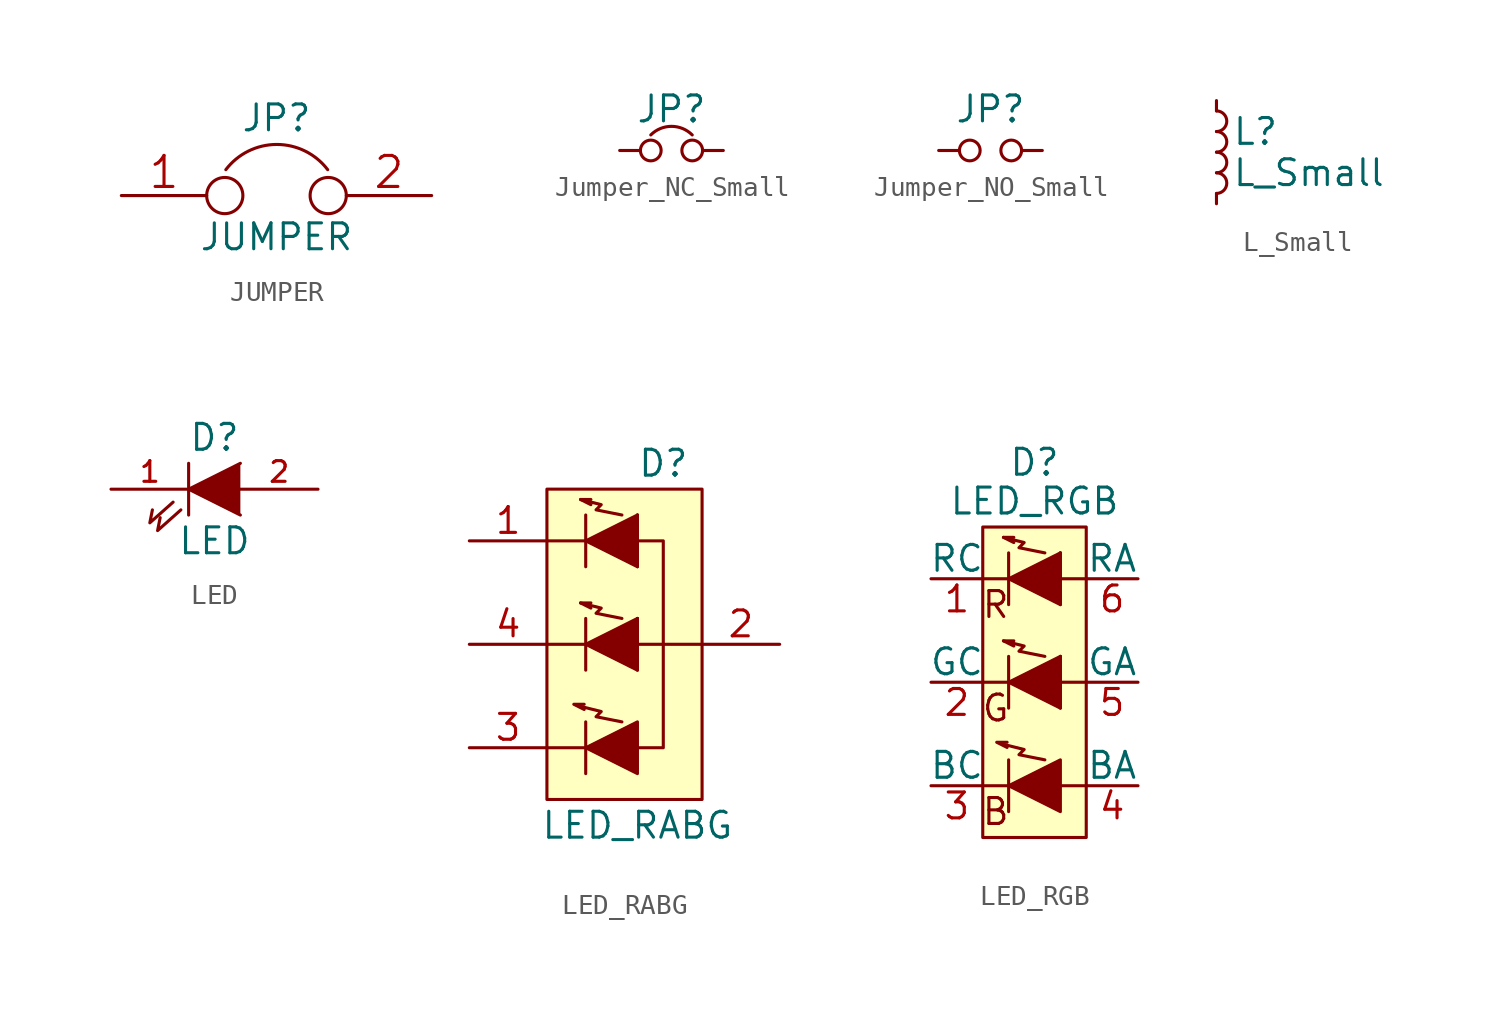
<source format=kicad_sym>
(kicad_symbol_lib
  (version 20211014)
  (generator kicad_symbol_editor)
  (symbol "JUMPER"
    (pin_names
      (offset 0.762) hide)
    (property "Reference" "JP"
      (at 0 3.81 0)
      (effects (font (size 1.27 1.27))))
    (property "Value" "JUMPER"
      (at 0 -2.032 0)
      (effects (font (size 1.27 1.27))))
    (property "Footprint" ""
      (at 0 0 0)
      (effects (font (size 1.524 1.524))))
    (property "Datasheet" ""
      (at 0 0 0)
      (effects (font (size 1.524 1.524))))
    (symbol "JUMPER_0_1"
      (circle (center -2.54 0) (radius 0.889) (stroke (width 0) (type default) (color 0 0 0 0)) (fill (type none)))
      (arc (start 2.5146 1.27) (mid 0.0078 2.5097) (end -2.4892 1.27) (stroke (width 0) (type default) (color 0 0 0 0)) (fill (type none)))
      (circle (center 2.54 0) (radius 0.889) (stroke (width 0) (type default) (color 0 0 0 0)) (fill (type none)))
      (pin passive line (at -7.62 0 0) (length 4.191) (name "1" (effects (font (size 1.524 1.524)))) (number "1" (effects (font (size 1.524 1.524)))))
      (pin passive line (at 7.62 0 180) (length 4.191) (name "2" (effects (font (size 1.524 1.524)))) (number "2" (effects (font (size 1.524 1.524)))))))
  (symbol "Jumper_NC_Small"
    (pin_numbers hide)
    (pin_names
      (offset 0.762) hide)
    (property "Reference" "JP"
      (at 0 2.032 0)
      (effects (font (size 1.27 1.27))))
    (property "Footprint" ""
      (at 0 0 0)
      (effects (font (size 1.524 1.524))))
    (property "Datasheet" ""
      (at 0 0 0)
      (effects (font (size 1.524 1.524))))
    (symbol "Jumper_NC_Small_0_1"
      (circle (center -1.016 0) (radius 0.508) (stroke (width 0) (type default) (color 0 0 0 0)) (fill (type none)))
      (circle (center 1.016 0) (radius 0.508) (stroke (width 0) (type default) (color 0 0 0 0)) (fill (type none)))
      (arc (start 1.016 0.762) (mid 0 1.1828) (end -1.016 0.762) (stroke (width 0) (type default) (color 0 0 0 0)) (fill (type none)))
      (pin passive line (at -2.54 0 0) (length 1.016) (name "1" (effects (font (size 1.524 1.524)))) (number "1" (effects (font (size 1.524 1.524)))))
      (pin passive line (at 2.54 0 180) (length 1.016) (name "2" (effects (font (size 1.524 1.524)))) (number "2" (effects (font (size 1.524 1.524)))))))
  (symbol "Jumper_NO_Small"
    (pin_numbers hide)
    (pin_names
      (offset 0.762) hide)
    (property "Reference" "JP"
      (at 0 2.032 0)
      (effects (font (size 1.27 1.27))))
    (property "Footprint" ""
      (at 0 0 0)
      (effects (font (size 1.524 1.524))))
    (property "Datasheet" ""
      (at 0 0 0)
      (effects (font (size 1.524 1.524))))
    (symbol "Jumper_NO_Small_0_1"
      (circle (center -1.016 0) (radius 0.508) (stroke (width 0) (type default) (color 0 0 0 0)) (fill (type none)))
      (circle (center 1.016 0) (radius 0.508) (stroke (width 0) (type default) (color 0 0 0 0)) (fill (type none)))
      (pin passive line (at -2.54 0 0) (length 1.016) (name "1" (effects (font (size 1.524 1.524)))) (number "1" (effects (font (size 1.524 1.524)))))
      (pin passive line (at 2.54 0 180) (length 1.016) (name "2" (effects (font (size 1.524 1.524)))) (number "2" (effects (font (size 1.524 1.524)))))))
  (symbol "L_Small"
    (pin_numbers hide)
    (pin_names
      (offset 0.254) hide)
    (property "Reference" "L"
      (at 0.762 1.016 0)
      (effects (font (size 1.27 1.27)) (justify left)))
    (property "Value" "L_Small"
      (at 0.762 -1.016 0)
      (effects (font (size 1.27 1.27)) (justify left)))
    (property "Footprint" ""
      (at 0 0 0)
      (effects (font (size 1.524 1.524))))
    (property "Datasheet" ""
      (at 0 0 0)
      (effects (font (size 1.524 1.524))))
    (symbol "L_Small_0_1"
      (arc (start 0 -2.032) (mid 0.508 -1.524) (end 0 -1.016) (stroke (width 0) (type default) (color 0 0 0 0)) (fill (type none)))
      (arc (start 0 -1.016) (mid 0.508 -0.508) (end 0 0) (stroke (width 0) (type default) (color 0 0 0 0)) (fill (type none)))
      (arc (start 0 0) (mid 0.508 0.508) (end 0 1.016) (stroke (width 0) (type default) (color 0 0 0 0)) (fill (type none)))
      (arc (start 0 1.016) (mid 0.508 1.524) (end 0 2.032) (stroke (width 0) (type default) (color 0 0 0 0)) (fill (type none))))
    (symbol "L_Small_1_1"
      (pin passive line (at 0 2.54 270) (length 0.508) (name "~" (effects (font (size 1.016 1.016)))) (number "1" (effects (font (size 1.016 1.016)))))
      (pin passive line (at 0 -2.54 90) (length 0.508) (name "~" (effects (font (size 1.016 1.016)))) (number "2" (effects (font (size 1.016 1.016)))))))
  (symbol "LED"
    (pin_names
      (offset 1.016) hide)
    (property "Reference" "D"
      (at 0 2.54 0)
      (effects (font (size 1.27 1.27))))
    (property "Value" "LED"
      (at 0 -2.54 0)
      (effects (font (size 1.27 1.27))))
    (property "Footprint" ""
      (at 0 0 0)
      (effects (font (size 1.524 1.524))))
    (property "Datasheet" ""
      (at 0 0 0)
      (effects (font (size 1.524 1.524))))
    (symbol "LED_0_1"
      (polyline (pts (xy -1.27 1.27) (xy -1.27 -1.27)) (stroke (width 0) (type default) (color 0 0 0 0)) (fill (type none)))
      (polyline (pts (xy -2.032 -0.635) (xy -3.175 -1.651) (xy -3.048 -1.016)) (stroke (width 0) (type default) (color 0 0 0 0)) (fill (type none)))
      (polyline (pts (xy -1.651 -1.016) (xy -2.794 -2.032) (xy -2.667 -1.397)) (stroke (width 0) (type default) (color 0 0 0 0)) (fill (type none)))
      (polyline (pts (xy 1.27 1.27) (xy -1.27 0) (xy 1.27 -1.27)) (stroke (width 0) (type default) (color 0 0 0 0)) (fill (type outline))))
    (symbol "LED_1_1"
      (pin passive line (at -5.08 0 0) (length 3.81) (name "K" (effects (font (size 1.016 1.016)))) (number "1" (effects (font (size 1.016 1.016)))))
      (pin passive line (at 5.08 0 180) (length 3.81) (name "A" (effects (font (size 1.016 1.016)))) (number "2" (effects (font (size 1.016 1.016)))))))
  (symbol "LED_RABG"
    (pin_names
      (offset 1.27) hide)
    (property "Reference" "D"
      (at 1.905 8.89 0)
      (effects (font (size 1.27 1.27))))
    (property "Value" "LED_RABG"
      (at 0.635 -8.89 0)
      (effects (font (size 1.27 1.27))))
    (property "Footprint" ""
      (at -1.27 -1.27 0)
      (effects (font (size 1.27 1.27))))
    (property "Datasheet" ""
      (at -1.27 -1.27 0)
      (effects (font (size 1.27 1.27))))
    (symbol "LED_RABG_0_1"
      (polyline (pts (xy -1.905 -5.08) (xy -3.81 -5.08)) (stroke (width 0) (type default) (color 0 0 0 0)) (fill (type none)))
      (polyline (pts (xy -1.905 -3.81) (xy -1.905 -6.35)) (stroke (width 0) (type default) (color 0 0 0 0)) (fill (type none)))
      (polyline (pts (xy -1.905 0) (xy -3.81 0)) (stroke (width 0) (type default) (color 0 0 0 0)) (fill (type none)))
      (polyline (pts (xy -1.905 5.08) (xy -3.81 5.08)) (stroke (width 0) (type default) (color 0 0 0 0)) (fill (type none)))
      (polyline (pts (xy 0.635 0) (xy 3.81 0)) (stroke (width 0) (type default) (color 0 0 0 0)) (fill (type none)))
      (polyline (pts (xy -1.905 1.27) (xy -1.905 -1.27) (xy -1.905 -1.27)) (stroke (width 0) (type default) (color 0 0 0 0)) (fill (type none)))
      (polyline (pts (xy -1.905 6.35) (xy -1.905 3.81) (xy -1.905 3.81)) (stroke (width 0) (type default) (color 0 0 0 0)) (fill (type none)))
      (polyline (pts (xy -1.981 -2.946) (xy -2.489 -2.946) (xy -1.981 -3.2) (xy -1.981 -3.2)) (stroke (width 0) (type default) (color 0 0 0 0)) (fill (type none)))
      (polyline (pts (xy -1.651 2.032) (xy -2.159 2.032) (xy -1.651 1.778) (xy -1.651 1.778)) (stroke (width 0) (type default) (color 0 0 0 0)) (fill (type none)))
      (polyline (pts (xy -1.651 7.112) (xy -2.159 7.112) (xy -1.651 6.858) (xy -1.651 6.858)) (stroke (width 0) (type default) (color 0 0 0 0)) (fill (type none)))
      (polyline (pts (xy 0.635 5.08) (xy 1.905 5.08) (xy 1.905 -5.08) (xy 0.635 -5.08)) (stroke (width 0) (type default) (color 0 0 0 0)) (fill (type none)))
      (polyline (pts (xy -0.127 -3.81) (xy -1.397 -3.556) (xy -1.143 -3.302) (xy -2.159 -3.048) (xy -2.159 -3.048)) (stroke (width 0) (type default) (color 0 0 0 0)) (fill (type none)))
      (polyline (pts (xy 0.635 -3.81) (xy 0.635 -6.35) (xy -1.905 -5.08) (xy 0.635 -3.81) (xy 0.635 -3.81)) (stroke (width 0) (type default) (color 0 0 0 0)) (fill (type outline)))
      (polyline (pts (xy -0.127 1.27) (xy -1.397 1.524) (xy -1.143 1.778) (xy -2.159 2.032) (xy -2.159 2.032) (xy -2.159 2.032)) (stroke (width 0) (type default) (color 0 0 0 0)) (fill (type none)))
      (polyline (pts (xy -0.127 6.35) (xy -1.397 6.604) (xy -1.143 6.858) (xy -2.159 7.112) (xy -2.159 7.112) (xy -2.159 7.112)) (stroke (width 0) (type default) (color 0 0 0 0)) (fill (type none)))
      (polyline (pts (xy 0.635 1.27) (xy 0.635 -1.27) (xy -1.905 0) (xy 0.635 1.27) (xy 0.635 1.27) (xy 0.635 1.27)) (stroke (width 0) (type default) (color 0 0 0 0)) (fill (type outline)))
      (polyline (pts (xy 0.635 6.35) (xy 0.635 3.81) (xy -1.905 5.08) (xy 0.635 6.35) (xy 0.635 6.35) (xy 0.635 6.35)) (stroke (width 0) (type default) (color 0 0 0 0)) (fill (type outline)))
      (rectangle (start 0.635 -1.27) (end 0.635 1.27) (stroke (width 0) (type default) (color 0 0 0 0)) (fill (type none)))
      (rectangle (start 0.635 1.27) (end 0.635 1.27) (stroke (width 0) (type default) (color 0 0 0 0)) (fill (type none)))
      (rectangle (start 0.635 3.81) (end 0.635 6.35) (stroke (width 0) (type default) (color 0 0 0 0)) (fill (type none)))
      (rectangle (start 0.635 6.35) (end 0.635 6.35) (stroke (width 0) (type default) (color 0 0 0 0)) (fill (type none)))
      (rectangle (start 3.81 7.62) (end -3.81 -7.62) (stroke (width 0) (type default) (color 0 0 0 0)) (fill (type background))))
    (symbol "LED_RABG_1_1"
      (pin passive line (at -7.62 5.08 0) (length 3.81) (name "RED_CATHODE" (effects (font (size 1.27 1.27)))) (number "1" (effects (font (size 1.27 1.27)))))
      (pin passive line (at 7.62 0 180) (length 3.81) (name "COMMON_ANODE" (effects (font (size 1.27 1.27)))) (number "2" (effects (font (size 1.27 1.27)))))
      (pin passive line (at -7.62 -5.08 0) (length 3.81) (name "BLUE_CATHODE" (effects (font (size 1.27 1.27)))) (number "3" (effects (font (size 1.27 1.27)))))
      (pin passive line (at -7.62 0 0) (length 3.81) (name "GREEN_CATHODE" (effects (font (size 1.27 1.27)))) (number "4" (effects (font (size 1.27 1.27)))))))
  (symbol "LED_RGB"
    (pin_names
      (offset 0))
    (property "Reference" "D"
      (at 0 10.795 0)
      (effects (font (size 1.27 1.27))))
    (property "Value" "LED_RGB"
      (at 0 8.89 0)
      (effects (font (size 1.27 1.27))))
    (property "Footprint" ""
      (at 0 -1.27 0)
      (effects (font (size 1.27 1.27))))
    (property "Datasheet" ""
      (at 0 -1.27 0)
      (effects (font (size 1.27 1.27))))
    (symbol "LED_RGB_0_0"
      (text "B" (at -1.905 -6.35 0) (effects (font (size 1.27 1.27))))
      (text "G" (at -1.905 -1.27 0) (effects (font (size 1.27 1.27))))
      (text "R" (at -1.905 3.81 0) (effects (font (size 1.27 1.27)))))
    (symbol "LED_RGB_0_1"
      (polyline (pts (xy -1.27 -5.08) (xy -2.54 -5.08)) (stroke (width 0) (type default) (color 0 0 0 0)) (fill (type none)))
      (polyline (pts (xy -1.27 -3.81) (xy -1.27 -6.35)) (stroke (width 0) (type default) (color 0 0 0 0)) (fill (type none)))
      (polyline (pts (xy -1.27 0) (xy -2.54 0)) (stroke (width 0) (type default) (color 0 0 0 0)) (fill (type none)))
      (polyline (pts (xy -1.27 5.08) (xy -2.54 5.08)) (stroke (width 0) (type default) (color 0 0 0 0)) (fill (type none)))
      (polyline (pts (xy 1.27 -5.08) (xy 2.54 -5.08)) (stroke (width 0) (type default) (color 0 0 0 0)) (fill (type none)))
      (polyline (pts (xy 1.27 0) (xy 2.54 0)) (stroke (width 0) (type default) (color 0 0 0 0)) (fill (type none)))
      (polyline (pts (xy 1.27 5.08) (xy 2.54 5.08)) (stroke (width 0) (type default) (color 0 0 0 0)) (fill (type none)))
      (polyline (pts (xy -1.27 1.27) (xy -1.27 -1.27) (xy -1.27 -1.27)) (stroke (width 0) (type default) (color 0 0 0 0)) (fill (type none)))
      (polyline (pts (xy -1.27 6.35) (xy -1.27 3.81) (xy -1.27 3.81)) (stroke (width 0) (type default) (color 0 0 0 0)) (fill (type none)))
      (polyline (pts (xy -1.346 -2.946) (xy -1.854 -2.946) (xy -1.346 -3.2) (xy -1.346 -3.2)) (stroke (width 0) (type default) (color 0 0 0 0)) (fill (type none)))
      (polyline (pts (xy -1.016 2.032) (xy -1.524 2.032) (xy -1.016 1.778) (xy -1.016 1.778)) (stroke (width 0) (type default) (color 0 0 0 0)) (fill (type none)))
      (polyline (pts (xy -1.016 7.112) (xy -1.524 7.112) (xy -1.016 6.858) (xy -1.016 6.858)) (stroke (width 0) (type default) (color 0 0 0 0)) (fill (type none)))
      (polyline (pts (xy 0.508 -3.81) (xy -0.762 -3.556) (xy -0.508 -3.302) (xy -1.524 -3.048) (xy -1.524 -3.048)) (stroke (width 0) (type default) (color 0 0 0 0)) (fill (type none)))
      (polyline (pts (xy 1.27 -3.81) (xy 1.27 -6.35) (xy -1.27 -5.08) (xy 1.27 -3.81) (xy 1.27 -3.81)) (stroke (width 0) (type default) (color 0 0 0 0)) (fill (type outline)))
      (polyline (pts (xy 0.508 1.27) (xy -0.762 1.524) (xy -0.508 1.778) (xy -1.524 2.032) (xy -1.524 2.032) (xy -1.524 2.032)) (stroke (width 0) (type default) (color 0 0 0 0)) (fill (type none)))
      (polyline (pts (xy 0.508 6.35) (xy -0.762 6.604) (xy -0.508 6.858) (xy -1.524 7.112) (xy -1.524 7.112) (xy -1.524 7.112)) (stroke (width 0) (type default) (color 0 0 0 0)) (fill (type none)))
      (polyline (pts (xy 1.27 1.27) (xy 1.27 -1.27) (xy -1.27 0) (xy 1.27 1.27) (xy 1.27 1.27) (xy 1.27 1.27)) (stroke (width 0) (type default) (color 0 0 0 0)) (fill (type outline)))
      (polyline (pts (xy 1.27 6.35) (xy 1.27 3.81) (xy -1.27 5.08) (xy 1.27 6.35) (xy 1.27 6.35) (xy 1.27 6.35)) (stroke (width 0) (type default) (color 0 0 0 0)) (fill (type outline)))
      (rectangle (start 1.27 -1.27) (end 1.27 1.27) (stroke (width 0) (type default) (color 0 0 0 0)) (fill (type none)))
      (rectangle (start 1.27 1.27) (end 1.27 1.27) (stroke (width 0) (type default) (color 0 0 0 0)) (fill (type none)))
      (rectangle (start 1.27 3.81) (end 1.27 6.35) (stroke (width 0) (type default) (color 0 0 0 0)) (fill (type none)))
      (rectangle (start 1.27 6.35) (end 1.27 6.35) (stroke (width 0) (type default) (color 0 0 0 0)) (fill (type none)))
      (rectangle (start 2.54 7.62) (end -2.54 -7.62) (stroke (width 0) (type default) (color 0 0 0 0)) (fill (type background))))
    (symbol "LED_RGB_1_1"
      (pin passive line (at -5.08 5.08 0) (length 2.54) (name "RC" (effects (font (size 1.27 1.27)))) (number "1" (effects (font (size 1.27 1.27)))))
      (pin passive line (at -5.08 0 0) (length 2.54) (name "GC" (effects (font (size 1.27 1.27)))) (number "2" (effects (font (size 1.27 1.27)))))
      (pin passive line (at -5.08 -5.08 0) (length 2.54) (name "BC" (effects (font (size 1.27 1.27)))) (number "3" (effects (font (size 1.27 1.27)))))
      (pin passive line (at 5.08 -5.08 180) (length 2.54) (name "BA" (effects (font (size 1.27 1.27)))) (number "4" (effects (font (size 1.27 1.27)))))
      (pin passive line (at 5.08 0 180) (length 2.54) (name "GA" (effects (font (size 1.27 1.27)))) (number "5" (effects (font (size 1.27 1.27)))))
      (pin passive line (at 5.08 5.08 180) (length 2.54) (name "RA" (effects (font (size 1.27 1.27)))) (number "6" (effects (font (size 1.27 1.27))))))))
</source>
